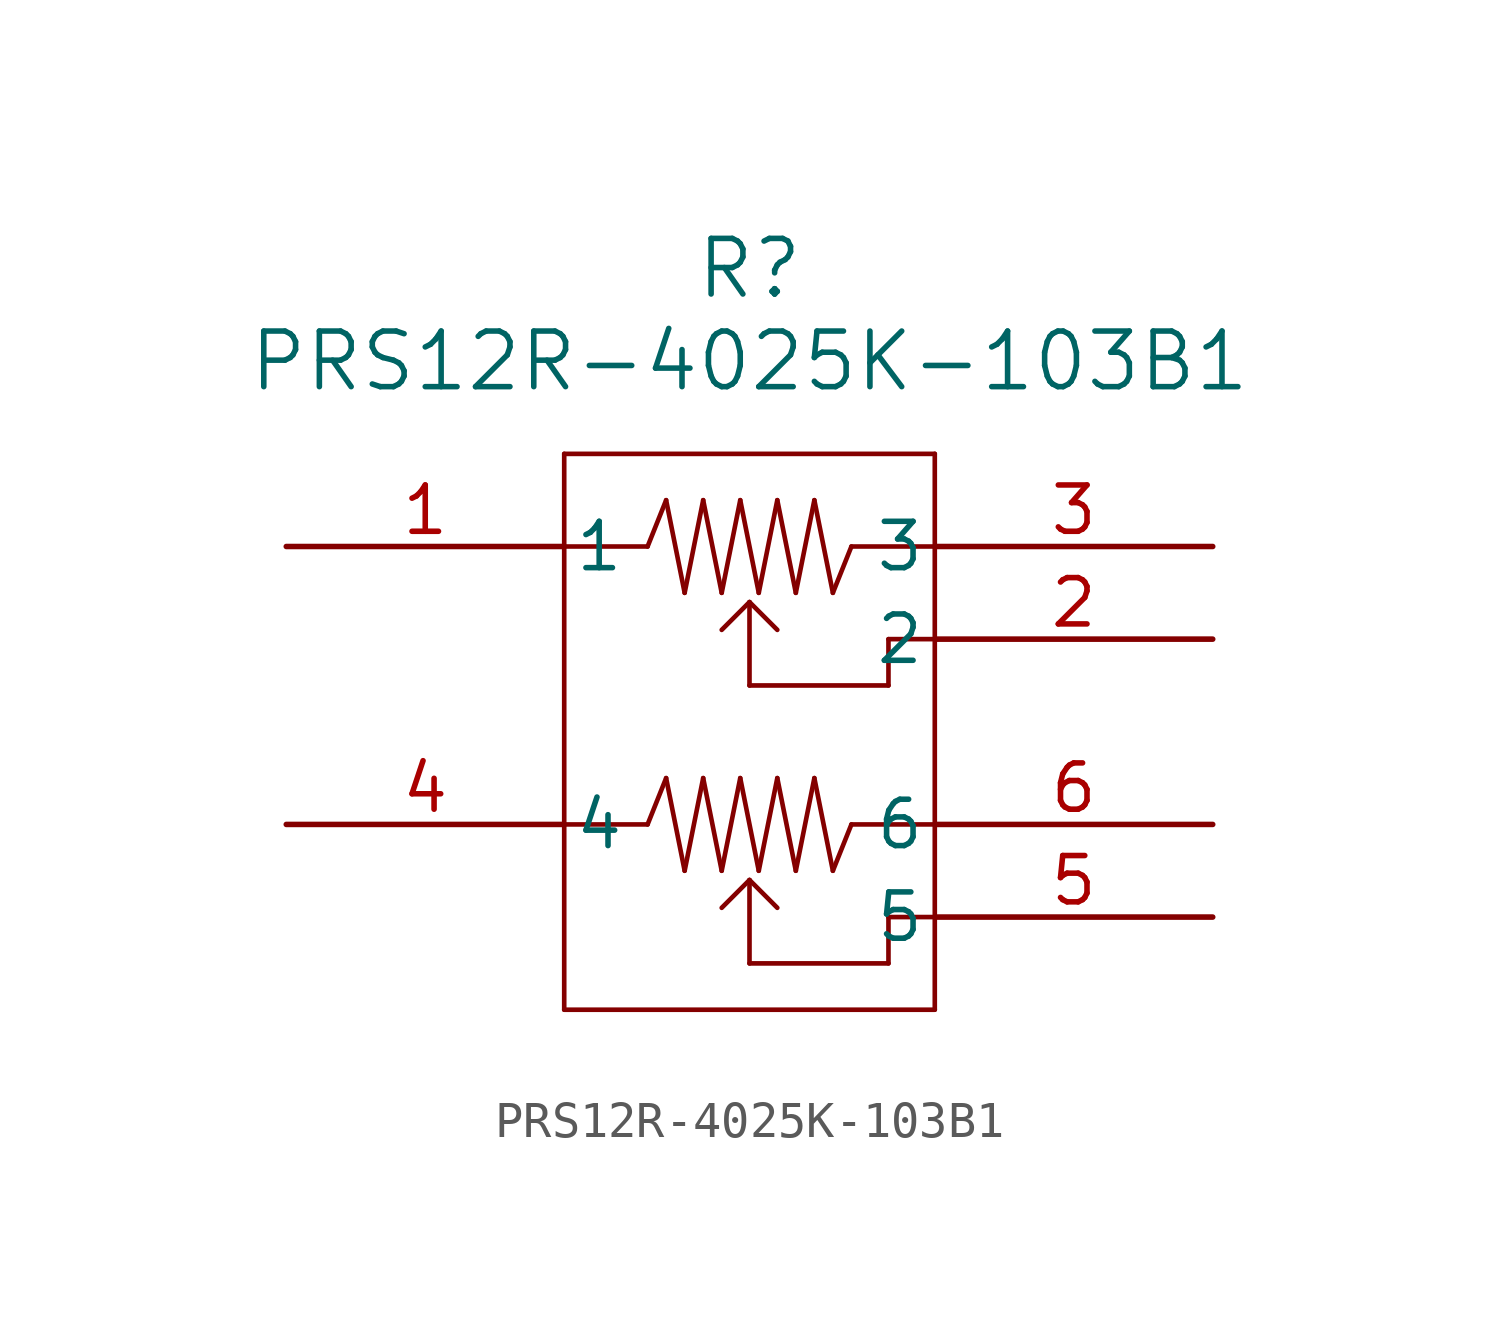
<source format=kicad_sym>
(kicad_symbol_lib
  (version 20211014)
  (generator kicad_symbol_editor)
  (symbol "PRS12R-4025K-103B1"
    (pin_names
      (offset 0.254))
    (property "Reference" "R"
      (at 12.7 7.62 0)
      (effects (font (size 1.524 1.524))))
    (property "Value" "PRS12R-4025K-103B1"
      (at 12.7 5.08 0)
      (effects (font (size 1.524 1.524))))
    (symbol "PRS12R-4025K-103B1_0_1"
      (polyline (pts (xy 7.62 2.54) (xy 7.62 -12.7)) (stroke (width 0.127) (type default) (color 0 0 0 0)) (fill (type none)))
      (polyline (pts (xy 17.78 -12.7) (xy 17.78 2.54)) (stroke (width 0.127) (type default) (color 0 0 0 0)) (fill (type none)))
      (polyline (pts (xy 17.78 2.54) (xy 7.62 2.54)) (stroke (width 0.127) (type default) (color 0 0 0 0)) (fill (type none)))
      (polyline (pts (xy 7.62 0) (xy 9.906 0)) (stroke (width 0.127) (type default) (color 0 0 0 0)) (fill (type none)))
      (polyline (pts (xy 15.494 0) (xy 17.78 0)) (stroke (width 0.127) (type default) (color 0 0 0 0)) (fill (type none)))
      (polyline (pts (xy 9.906 0) (xy 10.414 1.27)) (stroke (width 0.127) (type default) (color 0 0 0 0)) (fill (type none)))
      (polyline (pts (xy 10.414 1.27) (xy 10.922 -1.27)) (stroke (width 0.127) (type default) (color 0 0 0 0)) (fill (type none)))
      (polyline (pts (xy 10.922 -1.27) (xy 11.43 1.27)) (stroke (width 0.127) (type default) (color 0 0 0 0)) (fill (type none)))
      (polyline (pts (xy 11.43 1.27) (xy 11.938 -1.27)) (stroke (width 0.127) (type default) (color 0 0 0 0)) (fill (type none)))
      (polyline (pts (xy 11.938 -1.27) (xy 12.446 1.27)) (stroke (width 0.127) (type default) (color 0 0 0 0)) (fill (type none)))
      (polyline (pts (xy 12.446 1.27) (xy 12.954 -1.27)) (stroke (width 0.127) (type default) (color 0 0 0 0)) (fill (type none)))
      (polyline (pts (xy 12.954 -1.27) (xy 13.462 1.27)) (stroke (width 0.127) (type default) (color 0 0 0 0)) (fill (type none)))
      (polyline (pts (xy 13.462 1.27) (xy 13.97 -1.27)) (stroke (width 0.127) (type default) (color 0 0 0 0)) (fill (type none)))
      (polyline (pts (xy 13.97 -1.27) (xy 14.478 1.27)) (stroke (width 0.127) (type default) (color 0 0 0 0)) (fill (type none)))
      (polyline (pts (xy 14.478 1.27) (xy 14.986 -1.27)) (stroke (width 0.127) (type default) (color 0 0 0 0)) (fill (type none)))
      (polyline (pts (xy 14.986 -1.27) (xy 15.494 0)) (stroke (width 0.127) (type default) (color 0 0 0 0)) (fill (type none)))
      (polyline (pts (xy 12.7 -1.524) (xy 12.7 -3.81)) (stroke (width 0.127) (type default) (color 0 0 0 0)) (fill (type none)))
      (polyline (pts (xy 12.7 -3.81) (xy 16.51 -3.81)) (stroke (width 0.127) (type default) (color 0 0 0 0)) (fill (type none)))
      (polyline (pts (xy 16.51 -2.54) (xy 16.51 -3.81)) (stroke (width 0.127) (type default) (color 0 0 0 0)) (fill (type none)))
      (polyline (pts (xy 16.51 -2.54) (xy 17.78 -2.54)) (stroke (width 0.127) (type default) (color 0 0 0 0)) (fill (type none)))
      (polyline (pts (xy 12.7 -1.524) (xy 11.938 -2.286)) (stroke (width 0.127) (type default) (color 0 0 0 0)) (fill (type none)))
      (polyline (pts (xy 12.7 -1.524) (xy 13.462 -2.286)) (stroke (width 0.127) (type default) (color 0 0 0 0)) (fill (type none)))
      (polyline (pts (xy 7.62 -7.62) (xy 9.906 -7.62)) (stroke (width 0.127) (type default) (color 0 0 0 0)) (fill (type none)))
      (polyline (pts (xy 15.494 -7.62) (xy 17.78 -7.62)) (stroke (width 0.127) (type default) (color 0 0 0 0)) (fill (type none)))
      (polyline (pts (xy 9.906 -7.62) (xy 10.414 -6.35)) (stroke (width 0.127) (type default) (color 0 0 0 0)) (fill (type none)))
      (polyline (pts (xy 10.414 -6.35) (xy 10.922 -8.89)) (stroke (width 0.127) (type default) (color 0 0 0 0)) (fill (type none)))
      (polyline (pts (xy 10.922 -8.89) (xy 11.43 -6.35)) (stroke (width 0.127) (type default) (color 0 0 0 0)) (fill (type none)))
      (polyline (pts (xy 11.43 -6.35) (xy 11.938 -8.89)) (stroke (width 0.127) (type default) (color 0 0 0 0)) (fill (type none)))
      (polyline (pts (xy 11.938 -8.89) (xy 12.446 -6.35)) (stroke (width 0.127) (type default) (color 0 0 0 0)) (fill (type none)))
      (polyline (pts (xy 12.446 -6.35) (xy 12.954 -8.89)) (stroke (width 0.127) (type default) (color 0 0 0 0)) (fill (type none)))
      (polyline (pts (xy 12.954 -8.89) (xy 13.462 -6.35)) (stroke (width 0.127) (type default) (color 0 0 0 0)) (fill (type none)))
      (polyline (pts (xy 13.462 -6.35) (xy 13.97 -8.89)) (stroke (width 0.127) (type default) (color 0 0 0 0)) (fill (type none)))
      (polyline (pts (xy 13.97 -8.89) (xy 14.478 -6.35)) (stroke (width 0.127) (type default) (color 0 0 0 0)) (fill (type none)))
      (polyline (pts (xy 14.478 -6.35) (xy 14.986 -8.89)) (stroke (width 0.127) (type default) (color 0 0 0 0)) (fill (type none)))
      (polyline (pts (xy 14.986 -8.89) (xy 15.494 -7.62)) (stroke (width 0.127) (type default) (color 0 0 0 0)) (fill (type none)))
      (polyline (pts (xy 12.7 -9.144) (xy 12.7 -11.43)) (stroke (width 0.127) (type default) (color 0 0 0 0)) (fill (type none)))
      (polyline (pts (xy 12.7 -11.43) (xy 16.51 -11.43)) (stroke (width 0.127) (type default) (color 0 0 0 0)) (fill (type none)))
      (polyline (pts (xy 16.51 -10.16) (xy 16.51 -11.43)) (stroke (width 0.127) (type default) (color 0 0 0 0)) (fill (type none)))
      (polyline (pts (xy 16.51 -10.16) (xy 17.78 -10.16)) (stroke (width 0.127) (type default) (color 0 0 0 0)) (fill (type none)))
      (polyline (pts (xy 12.7 -9.144) (xy 11.938 -9.906)) (stroke (width 0.127) (type default) (color 0 0 0 0)) (fill (type none)))
      (polyline (pts (xy 12.7 -9.144) (xy 13.462 -9.906)) (stroke (width 0.127) (type default) (color 0 0 0 0)) (fill (type none)))
      (polyline (pts (xy 7.62 -12.7) (xy 17.78 -12.7)) (stroke (width 0.127) (type default) (color 0 0 0 0)) (fill (type none)))
      (pin unspecified line (at 0 0 0) (length 7.62) (name "1" (effects (font (size 1.27 1.27)))) (number "1" (effects (font (size 1.27 1.27)))))
      (pin unspecified line (at 25.4 -2.54 180) (length 7.62) (name "2" (effects (font (size 1.27 1.27)))) (number "2" (effects (font (size 1.27 1.27)))))
      (pin unspecified line (at 25.4 0 180) (length 7.62) (name "3" (effects (font (size 1.27 1.27)))) (number "3" (effects (font (size 1.27 1.27)))))
      (pin unspecified line (at 0 -7.62 0) (length 7.62) (name "4" (effects (font (size 1.27 1.27)))) (number "4" (effects (font (size 1.27 1.27)))))
      (pin unspecified line (at 25.4 -10.16 180) (length 7.62) (name "5" (effects (font (size 1.27 1.27)))) (number "5" (effects (font (size 1.27 1.27)))))
      (pin unspecified line (at 25.4 -7.62 180) (length 7.62) (name "6" (effects (font (size 1.27 1.27)))) (number "6" (effects (font (size 1.27 1.27))))))))
</source>
